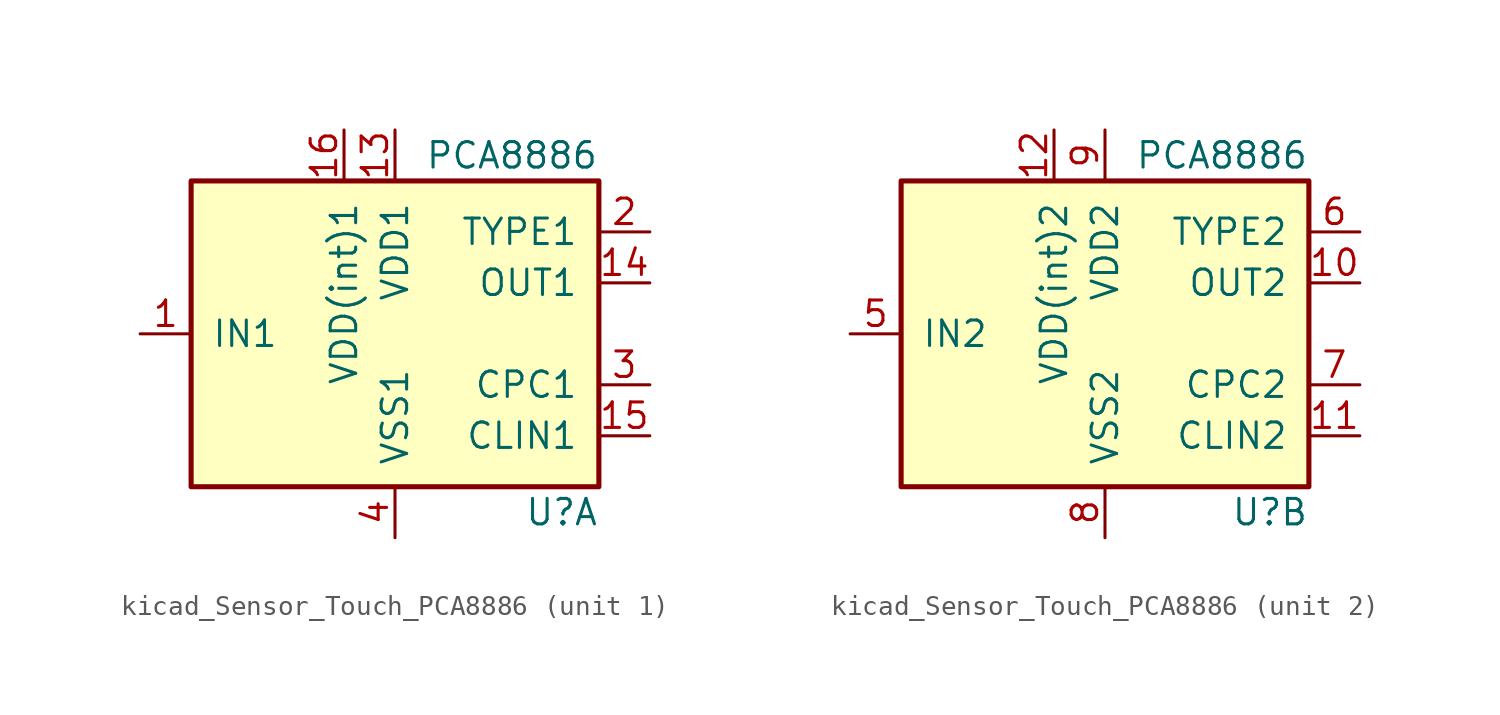
<source format=kicad_sym>
(kicad_symbol_lib
  (version 20220914)
  (generator kicad_symbol_editor)
  (symbol "kicad_Sensor_Touch_PCA8886"
    (pin_names
      (offset 1.016))
    (property "Reference" "U"
      (at 10.16 -8.89 0)
      (effects (font (size 1.27 1.27)) (justify right)))
    (property "Value" "PCA8886"
      (at 10.16 8.89 0)
      (effects (font (size 1.27 1.27)) (justify right)))
    (property "ki_locked" ""
      (at 0 0 0)
      (effects (font (size 1.27 1.27))))
    (symbol "kicad_Sensor_Touch_PCA8886_0_1"
      (rectangle (start 10.16 -7.62) (end -10.16 7.62) (stroke (width 0.254) (type default)) (fill (type background))))
    (symbol "kicad_Sensor_Touch_PCA8886_1_1"
      (pin input line (at -12.7 0 0) (length 2.54) (name "IN1" (effects (font (size 1.27 1.27)))) (number "1" (effects (font (size 1.27 1.27)))))
      (pin power_in line (at 0 10.16 270) (length 2.54) (name "VDD1" (effects (font (size 1.27 1.27)))) (number "13" (effects (font (size 1.27 1.27)))))
      (pin output line (at 12.7 2.54 180) (length 2.54) (name "OUT1" (effects (font (size 1.27 1.27)))) (number "14" (effects (font (size 1.27 1.27)))))
      (pin bidirectional line (at 12.7 -5.08 180) (length 2.54) (name "CLIN1" (effects (font (size 1.27 1.27)))) (number "15" (effects (font (size 1.27 1.27)))))
      (pin power_out line (at -2.54 10.16 270) (length 2.54) (name "VDD(int)1" (effects (font (size 1.27 1.27)))) (number "16" (effects (font (size 1.27 1.27)))))
      (pin input line (at 12.7 5.08 180) (length 2.54) (name "TYPE1" (effects (font (size 1.27 1.27)))) (number "2" (effects (font (size 1.27 1.27)))))
      (pin bidirectional line (at 12.7 -2.54 180) (length 2.54) (name "CPC1" (effects (font (size 1.27 1.27)))) (number "3" (effects (font (size 1.27 1.27)))))
      (pin power_in line (at 0 -10.16 90) (length 2.54) (name "VSS1" (effects (font (size 1.27 1.27)))) (number "4" (effects (font (size 1.27 1.27))))))
    (symbol "kicad_Sensor_Touch_PCA8886_2_1"
      (pin output line (at 12.7 2.54 180) (length 2.54) (name "OUT2" (effects (font (size 1.27 1.27)))) (number "10" (effects (font (size 1.27 1.27)))))
      (pin bidirectional line (at 12.7 -5.08 180) (length 2.54) (name "CLIN2" (effects (font (size 1.27 1.27)))) (number "11" (effects (font (size 1.27 1.27)))))
      (pin power_out line (at -2.54 10.16 270) (length 2.54) (name "VDD(int)2" (effects (font (size 1.27 1.27)))) (number "12" (effects (font (size 1.27 1.27)))))
      (pin input line (at -12.7 0 0) (length 2.54) (name "IN2" (effects (font (size 1.27 1.27)))) (number "5" (effects (font (size 1.27 1.27)))))
      (pin input line (at 12.7 5.08 180) (length 2.54) (name "TYPE2" (effects (font (size 1.27 1.27)))) (number "6" (effects (font (size 1.27 1.27)))))
      (pin bidirectional line (at 12.7 -2.54 180) (length 2.54) (name "CPC2" (effects (font (size 1.27 1.27)))) (number "7" (effects (font (size 1.27 1.27)))))
      (pin power_in line (at 0 -10.16 90) (length 2.54) (name "VSS2" (effects (font (size 1.27 1.27)))) (number "8" (effects (font (size 1.27 1.27)))))
      (pin power_in line (at 0 10.16 270) (length 2.54) (name "VDD2" (effects (font (size 1.27 1.27)))) (number "9" (effects (font (size 1.27 1.27))))))))
</source>
